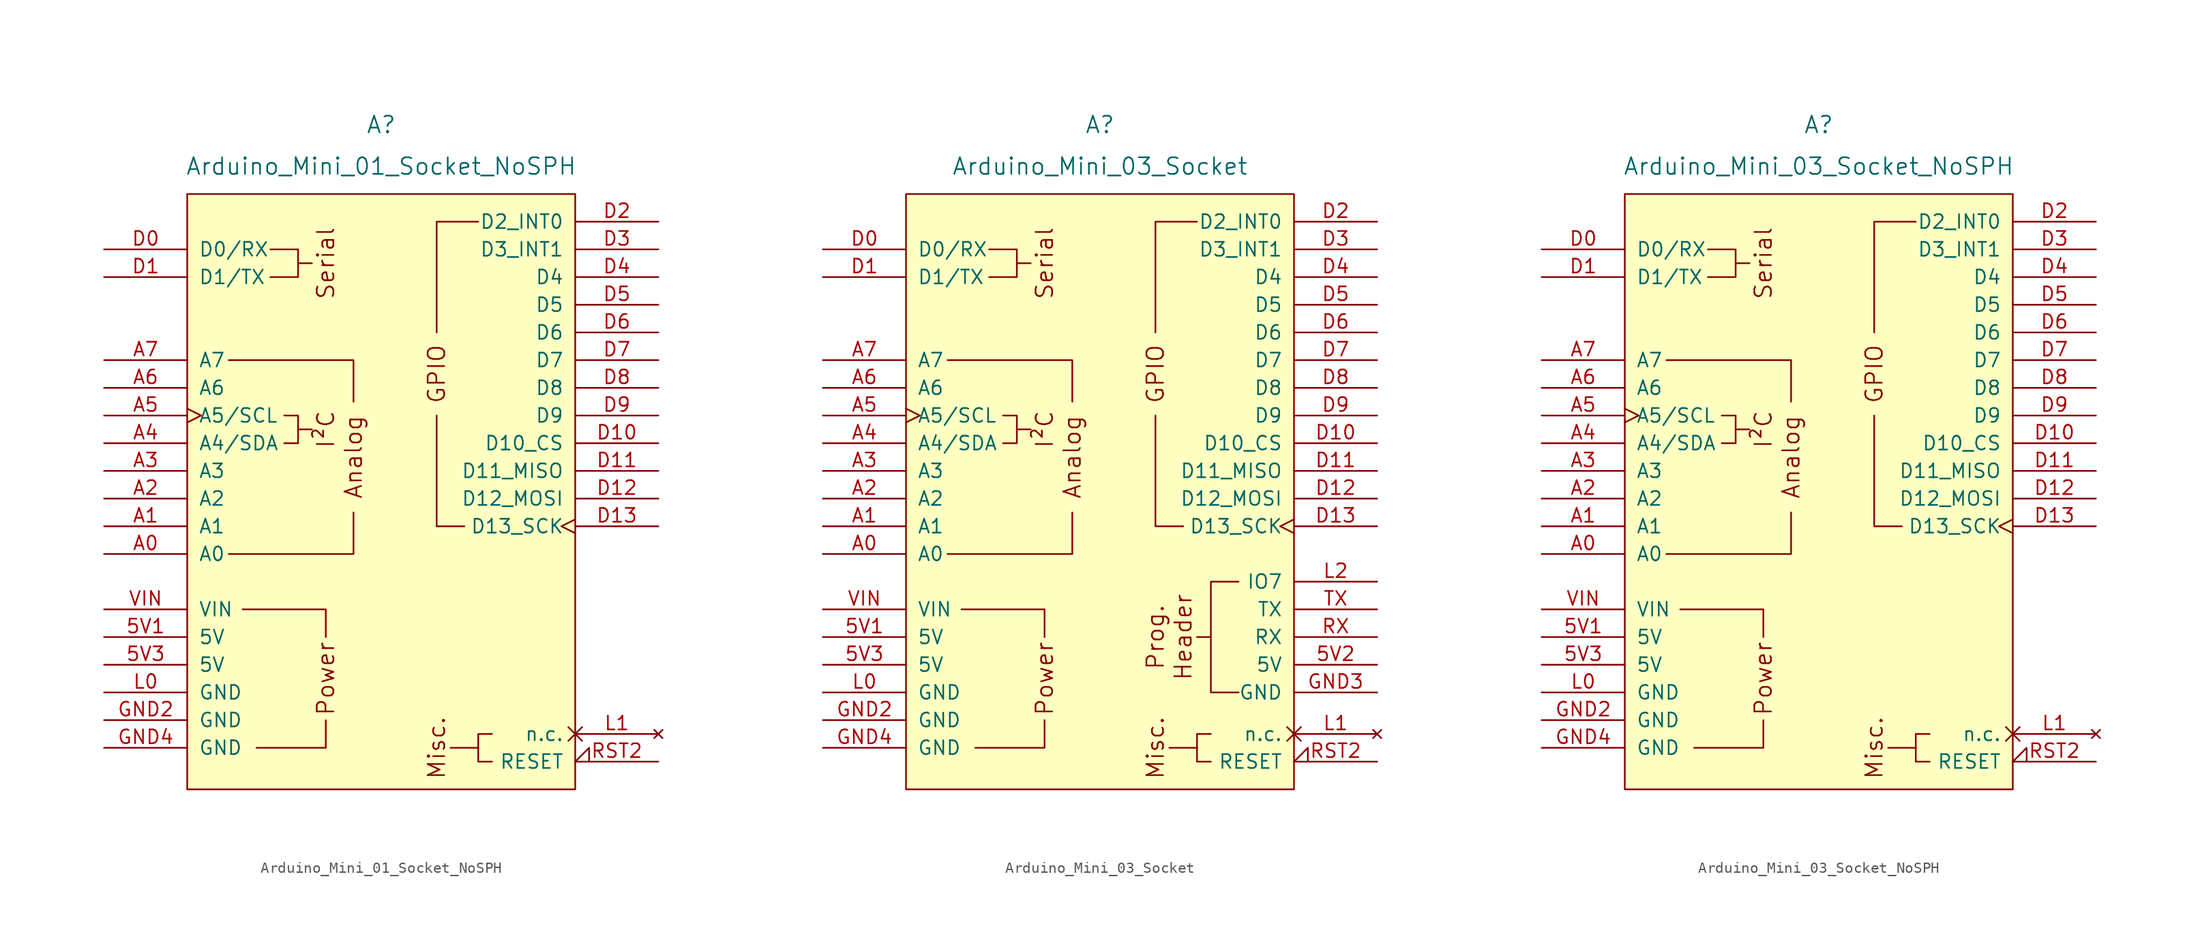
<source format=kicad_sym>
(kicad_symbol_lib
  (version 20211014)
  (generator kicad_symbol_editor)
  (symbol "Arduino_Mini_01_Socket_NoSPH"
    (pin_names
      (offset 1.016))
    (property "Reference" "A"
      (at 0 34.29 0)
      (effects (font (size 1.524 1.524))))
    (property "Value" "Arduino_Mini_01_Socket_NoSPH"
      (at 0 30.48 0)
      (effects (font (size 1.524 1.524))))
    (symbol "Arduino_Mini_01_Socket_NoSPH_0_0"
      (rectangle (start -17.78 27.94) (end 17.78 -26.67) (stroke (width 0) (type default) (color 0 0 0 0)) (fill (type background)))
      (polyline (pts (xy -7.62 6.35) (xy -6.35 6.35)) (stroke (width 0) (type default) (color 0 0 0 0)) (fill (type none)))
      (polyline (pts (xy -7.62 21.59) (xy -6.35 21.59)) (stroke (width 0) (type default) (color 0 0 0 0)) (fill (type none)))
      (polyline (pts (xy 8.89 -22.86) (xy 6.35 -22.86)) (stroke (width 0) (type default) (color 0 0 0 0)) (fill (type none)))
      (polyline (pts (xy -11.43 -22.86) (xy -5.08 -22.86) (xy -5.08 -20.32)) (stroke (width 0) (type default) (color 0 0 0 0)) (fill (type none)))
      (polyline (pts (xy -5.08 -12.7) (xy -5.08 -10.16) (xy -12.7 -10.16)) (stroke (width 0) (type default) (color 0 0 0 0)) (fill (type none)))
      (polyline (pts (xy -2.54 -1.27) (xy -2.54 -5.08) (xy -13.97 -5.08)) (stroke (width 0) (type default) (color 0 0 0 0)) (fill (type none)))
      (polyline (pts (xy -2.54 8.89) (xy -2.54 12.7) (xy -13.97 12.7)) (stroke (width 0) (type default) (color 0 0 0 0)) (fill (type none)))
      (polyline (pts (xy -10.16 22.86) (xy -7.62 22.86) (xy -7.62 20.32) (xy -10.16 20.32)) (stroke (width 0) (type default) (color 0 0 0 0)) (fill (type none)))
      (polyline (pts (xy -8.89 7.62) (xy -7.62 7.62) (xy -7.62 5.08) (xy -8.89 5.08)) (stroke (width 0) (type default) (color 0 0 0 0)) (fill (type none)))
      (text "Analog" (at -2.54 3.81 900) (effects (font (size 1.524 1.524))))
      (text "I²C" (at -5.08 6.35 900) (effects (font (size 1.524 1.524))))
      (text "Misc." (at 5.08 -22.86 900) (effects (font (size 1.524 1.524))))
      (text "Power" (at -5.08 -16.51 900) (effects (font (size 1.524 1.524))))
      (text "Serial" (at -5.08 21.59 900) (effects (font (size 1.524 1.524)))))
    (symbol "Arduino_Mini_01_Socket_NoSPH_0_1"
      (polyline (pts (xy 7.62 -2.54) (xy 5.08 -2.54) (xy 5.08 7.62)) (stroke (width 0) (type default) (color 0 0 0 0)) (fill (type none)))
      (polyline (pts (xy 8.89 25.4) (xy 5.08 25.4) (xy 5.08 15.24)) (stroke (width 0) (type default) (color 0 0 0 0)) (fill (type none)))
      (polyline (pts (xy 10.16 -21.59) (xy 8.89 -21.59) (xy 8.89 -24.13) (xy 10.16 -24.13)) (stroke (width 0) (type default) (color 0 0 0 0)) (fill (type none))))
    (symbol "Arduino_Mini_01_Socket_NoSPH_1_0"
      (text "GPIO" (at 5.08 11.43 900) (effects (font (size 1.524 1.524)))))
    (symbol "Arduino_Mini_01_Socket_NoSPH_1_1"
      (pin power_in line (at -25.4 -12.7 0) (length 7.62) (name "5V" (effects (font (size 1.27 1.27)))) (number "5V1" (effects (font (size 1.27 1.27)))))
      (pin power_in line (at -25.4 -15.24 0) (length 7.62) (name "5V" (effects (font (size 1.27 1.27)))) (number "5V3" (effects (font (size 1.27 1.27)))))
      (pin bidirectional line (at -25.4 -5.08 0) (length 7.62) (name "A0" (effects (font (size 1.27 1.27)))) (number "A0" (effects (font (size 1.27 1.27)))))
      (pin bidirectional line (at -25.4 -2.54 0) (length 7.62) (name "A1" (effects (font (size 1.27 1.27)))) (number "A1" (effects (font (size 1.27 1.27)))))
      (pin bidirectional line (at -25.4 0 0) (length 7.62) (name "A2" (effects (font (size 1.27 1.27)))) (number "A2" (effects (font (size 1.27 1.27)))))
      (pin bidirectional line (at -25.4 2.54 0) (length 7.62) (name "A3" (effects (font (size 1.27 1.27)))) (number "A3" (effects (font (size 1.27 1.27)))))
      (pin bidirectional line (at -25.4 5.08 0) (length 7.62) (name "A4/SDA" (effects (font (size 1.27 1.27)))) (number "A4" (effects (font (size 1.27 1.27)))))
      (pin bidirectional clock (at -25.4 7.62 0) (length 7.62) (name "A5/SCL" (effects (font (size 1.27 1.27)))) (number "A5" (effects (font (size 1.27 1.27)))))
      (pin input line (at -25.4 10.16 0) (length 7.62) (name "A6" (effects (font (size 1.27 1.27)))) (number "A6" (effects (font (size 1.27 1.27)))))
      (pin input line (at -25.4 12.7 0) (length 7.62) (name "A7" (effects (font (size 1.27 1.27)))) (number "A7" (effects (font (size 1.27 1.27)))))
      (pin bidirectional line (at -25.4 22.86 0) (length 7.62) (name "D0/RX" (effects (font (size 1.27 1.27)))) (number "D0" (effects (font (size 1.27 1.27)))))
      (pin bidirectional line (at -25.4 20.32 0) (length 7.62) (name "D1/TX" (effects (font (size 1.27 1.27)))) (number "D1" (effects (font (size 1.27 1.27)))))
      (pin bidirectional line (at 25.4 5.08 180) (length 7.62) (name "D10_CS" (effects (font (size 1.27 1.27)))) (number "D10" (effects (font (size 1.27 1.27)))))
      (pin bidirectional line (at 25.4 2.54 180) (length 7.62) (name "D11_MISO" (effects (font (size 1.27 1.27)))) (number "D11" (effects (font (size 1.27 1.27)))))
      (pin bidirectional line (at 25.4 0 180) (length 7.62) (name "D12_MOSI" (effects (font (size 1.27 1.27)))) (number "D12" (effects (font (size 1.27 1.27)))))
      (pin bidirectional clock (at 25.4 -2.54 180) (length 7.62) (name "D13_SCK" (effects (font (size 1.27 1.27)))) (number "D13" (effects (font (size 1.27 1.27)))))
      (pin bidirectional line (at 25.4 25.4 180) (length 7.62) (name "D2_INT0" (effects (font (size 1.27 1.27)))) (number "D2" (effects (font (size 1.27 1.27)))))
      (pin bidirectional line (at 25.4 22.86 180) (length 7.62) (name "D3_INT1" (effects (font (size 1.27 1.27)))) (number "D3" (effects (font (size 1.27 1.27)))))
      (pin bidirectional line (at 25.4 20.32 180) (length 7.62) (name "D4" (effects (font (size 1.27 1.27)))) (number "D4" (effects (font (size 1.27 1.27)))))
      (pin bidirectional line (at 25.4 17.78 180) (length 7.62) (name "D5" (effects (font (size 1.27 1.27)))) (number "D5" (effects (font (size 1.27 1.27)))))
      (pin bidirectional line (at 25.4 15.24 180) (length 7.62) (name "D6" (effects (font (size 1.27 1.27)))) (number "D6" (effects (font (size 1.27 1.27)))))
      (pin bidirectional line (at 25.4 12.7 180) (length 7.62) (name "D7" (effects (font (size 1.27 1.27)))) (number "D7" (effects (font (size 1.27 1.27)))))
      (pin bidirectional line (at 25.4 10.16 180) (length 7.62) (name "D8" (effects (font (size 1.27 1.27)))) (number "D8" (effects (font (size 1.27 1.27)))))
      (pin bidirectional line (at 25.4 7.62 180) (length 7.62) (name "D9" (effects (font (size 1.27 1.27)))) (number "D9" (effects (font (size 1.27 1.27)))))
      (pin power_in line (at -25.4 -20.32 0) (length 7.62) (name "GND" (effects (font (size 1.27 1.27)))) (number "GND2" (effects (font (size 1.27 1.27)))))
      (pin power_in line (at -25.4 -22.86 0) (length 7.62) (name "GND" (effects (font (size 1.27 1.27)))) (number "GND4" (effects (font (size 1.27 1.27)))))
      (pin power_in line (at -25.4 -17.78 0) (length 7.62) (name "GND" (effects (font (size 1.27 1.27)))) (number "L0" (effects (font (size 1.27 1.27)))))
      (pin no_connect non_logic (at 25.4 -21.59 180) (length 7.62) (name "n.c." (effects (font (size 1.27 1.27)))) (number "L1" (effects (font (size 1.27 1.27)))))
      (pin open_collector input_low (at 25.4 -24.13 180) (length 7.62) (name "RESET" (effects (font (size 1.27 1.27)))) (number "RST2" (effects (font (size 1.27 1.27)))))
      (pin power_in line (at -25.4 -10.16 0) (length 7.62) (name "VIN" (effects (font (size 1.27 1.27)))) (number "VIN" (effects (font (size 1.27 1.27)))))))
  (symbol "Arduino_Mini_03_Socket"
    (pin_names
      (offset 1.016))
    (property "Reference" "A"
      (at 0 34.29 0)
      (effects (font (size 1.524 1.524))))
    (property "Value" "Arduino_Mini_03_Socket"
      (at 0 30.48 0)
      (effects (font (size 1.524 1.524))))
    (symbol "Arduino_Mini_03_Socket_0_0"
      (rectangle (start -17.78 27.94) (end 17.78 -26.67) (stroke (width 0) (type default) (color 0 0 0 0)) (fill (type background)))
      (polyline (pts (xy -7.62 6.35) (xy -6.35 6.35)) (stroke (width 0) (type default) (color 0 0 0 0)) (fill (type none)))
      (polyline (pts (xy -7.62 21.59) (xy -6.35 21.59)) (stroke (width 0) (type default) (color 0 0 0 0)) (fill (type none)))
      (polyline (pts (xy 8.89 -22.86) (xy 6.35 -22.86)) (stroke (width 0) (type default) (color 0 0 0 0)) (fill (type none)))
      (polyline (pts (xy -11.43 -22.86) (xy -5.08 -22.86) (xy -5.08 -20.32)) (stroke (width 0) (type default) (color 0 0 0 0)) (fill (type none)))
      (polyline (pts (xy -5.08 -12.7) (xy -5.08 -10.16) (xy -12.7 -10.16)) (stroke (width 0) (type default) (color 0 0 0 0)) (fill (type none)))
      (polyline (pts (xy -2.54 -1.27) (xy -2.54 -5.08) (xy -13.97 -5.08)) (stroke (width 0) (type default) (color 0 0 0 0)) (fill (type none)))
      (polyline (pts (xy -2.54 8.89) (xy -2.54 12.7) (xy -13.97 12.7)) (stroke (width 0) (type default) (color 0 0 0 0)) (fill (type none)))
      (polyline (pts (xy 10.16 -12.7) (xy 10.16 -17.78) (xy 12.7 -17.78)) (stroke (width 0) (type default) (color 0 0 0 0)) (fill (type none)))
      (polyline (pts (xy -10.16 22.86) (xy -7.62 22.86) (xy -7.62 20.32) (xy -10.16 20.32)) (stroke (width 0) (type default) (color 0 0 0 0)) (fill (type none)))
      (polyline (pts (xy -8.89 7.62) (xy -7.62 7.62) (xy -7.62 5.08) (xy -8.89 5.08)) (stroke (width 0) (type default) (color 0 0 0 0)) (fill (type none)))
      (polyline (pts (xy 12.7 -7.62) (xy 10.16 -7.62) (xy 10.16 -12.7) (xy 8.89 -12.7)) (stroke (width 0) (type default) (color 0 0 0 0)) (fill (type none)))
      (text "Analog" (at -2.54 3.81 900) (effects (font (size 1.524 1.524))))
      (text "Header" (at 7.62 -12.7 900) (effects (font (size 1.524 1.524))))
      (text "I²C" (at -5.08 6.35 900) (effects (font (size 1.524 1.524))))
      (text "Misc." (at 5.08 -22.86 900) (effects (font (size 1.524 1.524))))
      (text "Power" (at -5.08 -16.51 900) (effects (font (size 1.524 1.524))))
      (text "Prog." (at 5.08 -12.7 900) (effects (font (size 1.524 1.524))))
      (text "Serial" (at -5.08 21.59 900) (effects (font (size 1.524 1.524)))))
    (symbol "Arduino_Mini_03_Socket_0_1"
      (polyline (pts (xy 7.62 -2.54) (xy 5.08 -2.54) (xy 5.08 7.62)) (stroke (width 0) (type default) (color 0 0 0 0)) (fill (type none)))
      (polyline (pts (xy 8.89 25.4) (xy 5.08 25.4) (xy 5.08 15.24)) (stroke (width 0) (type default) (color 0 0 0 0)) (fill (type none)))
      (polyline (pts (xy 10.16 -21.59) (xy 8.89 -21.59) (xy 8.89 -24.13) (xy 10.16 -24.13)) (stroke (width 0) (type default) (color 0 0 0 0)) (fill (type none))))
    (symbol "Arduino_Mini_03_Socket_1_0"
      (text "GPIO" (at 5.08 11.43 900) (effects (font (size 1.524 1.524)))))
    (symbol "Arduino_Mini_03_Socket_1_1"
      (pin power_in line (at -25.4 -12.7 0) (length 7.62) (name "5V" (effects (font (size 1.27 1.27)))) (number "5V1" (effects (font (size 1.27 1.27)))))
      (pin power_in line (at 25.4 -15.24 180) (length 7.62) (name "5V" (effects (font (size 1.27 1.27)))) (number "5V2" (effects (font (size 1.27 1.27)))))
      (pin power_in line (at -25.4 -15.24 0) (length 7.62) (name "5V" (effects (font (size 1.27 1.27)))) (number "5V3" (effects (font (size 1.27 1.27)))))
      (pin bidirectional line (at -25.4 -5.08 0) (length 7.62) (name "A0" (effects (font (size 1.27 1.27)))) (number "A0" (effects (font (size 1.27 1.27)))))
      (pin bidirectional line (at -25.4 -2.54 0) (length 7.62) (name "A1" (effects (font (size 1.27 1.27)))) (number "A1" (effects (font (size 1.27 1.27)))))
      (pin bidirectional line (at -25.4 0 0) (length 7.62) (name "A2" (effects (font (size 1.27 1.27)))) (number "A2" (effects (font (size 1.27 1.27)))))
      (pin bidirectional line (at -25.4 2.54 0) (length 7.62) (name "A3" (effects (font (size 1.27 1.27)))) (number "A3" (effects (font (size 1.27 1.27)))))
      (pin bidirectional line (at -25.4 5.08 0) (length 7.62) (name "A4/SDA" (effects (font (size 1.27 1.27)))) (number "A4" (effects (font (size 1.27 1.27)))))
      (pin bidirectional clock (at -25.4 7.62 0) (length 7.62) (name "A5/SCL" (effects (font (size 1.27 1.27)))) (number "A5" (effects (font (size 1.27 1.27)))))
      (pin input line (at -25.4 10.16 0) (length 7.62) (name "A6" (effects (font (size 1.27 1.27)))) (number "A6" (effects (font (size 1.27 1.27)))))
      (pin input line (at -25.4 12.7 0) (length 7.62) (name "A7" (effects (font (size 1.27 1.27)))) (number "A7" (effects (font (size 1.27 1.27)))))
      (pin bidirectional line (at -25.4 22.86 0) (length 7.62) (name "D0/RX" (effects (font (size 1.27 1.27)))) (number "D0" (effects (font (size 1.27 1.27)))))
      (pin bidirectional line (at -25.4 20.32 0) (length 7.62) (name "D1/TX" (effects (font (size 1.27 1.27)))) (number "D1" (effects (font (size 1.27 1.27)))))
      (pin bidirectional line (at 25.4 5.08 180) (length 7.62) (name "D10_CS" (effects (font (size 1.27 1.27)))) (number "D10" (effects (font (size 1.27 1.27)))))
      (pin bidirectional line (at 25.4 2.54 180) (length 7.62) (name "D11_MISO" (effects (font (size 1.27 1.27)))) (number "D11" (effects (font (size 1.27 1.27)))))
      (pin bidirectional line (at 25.4 0 180) (length 7.62) (name "D12_MOSI" (effects (font (size 1.27 1.27)))) (number "D12" (effects (font (size 1.27 1.27)))))
      (pin bidirectional clock (at 25.4 -2.54 180) (length 7.62) (name "D13_SCK" (effects (font (size 1.27 1.27)))) (number "D13" (effects (font (size 1.27 1.27)))))
      (pin bidirectional line (at 25.4 25.4 180) (length 7.62) (name "D2_INT0" (effects (font (size 1.27 1.27)))) (number "D2" (effects (font (size 1.27 1.27)))))
      (pin bidirectional line (at 25.4 22.86 180) (length 7.62) (name "D3_INT1" (effects (font (size 1.27 1.27)))) (number "D3" (effects (font (size 1.27 1.27)))))
      (pin bidirectional line (at 25.4 20.32 180) (length 7.62) (name "D4" (effects (font (size 1.27 1.27)))) (number "D4" (effects (font (size 1.27 1.27)))))
      (pin bidirectional line (at 25.4 17.78 180) (length 7.62) (name "D5" (effects (font (size 1.27 1.27)))) (number "D5" (effects (font (size 1.27 1.27)))))
      (pin bidirectional line (at 25.4 15.24 180) (length 7.62) (name "D6" (effects (font (size 1.27 1.27)))) (number "D6" (effects (font (size 1.27 1.27)))))
      (pin bidirectional line (at 25.4 12.7 180) (length 7.62) (name "D7" (effects (font (size 1.27 1.27)))) (number "D7" (effects (font (size 1.27 1.27)))))
      (pin bidirectional line (at 25.4 10.16 180) (length 7.62) (name "D8" (effects (font (size 1.27 1.27)))) (number "D8" (effects (font (size 1.27 1.27)))))
      (pin bidirectional line (at 25.4 7.62 180) (length 7.62) (name "D9" (effects (font (size 1.27 1.27)))) (number "D9" (effects (font (size 1.27 1.27)))))
      (pin power_in line (at -25.4 -20.32 0) (length 7.62) (name "GND" (effects (font (size 1.27 1.27)))) (number "GND2" (effects (font (size 1.27 1.27)))))
      (pin power_in line (at 25.4 -17.78 180) (length 7.62) (name "GND" (effects (font (size 1.27 1.27)))) (number "GND3" (effects (font (size 1.27 1.27)))))
      (pin power_in line (at -25.4 -22.86 0) (length 7.62) (name "GND" (effects (font (size 1.27 1.27)))) (number "GND4" (effects (font (size 1.27 1.27)))))
      (pin power_in line (at -25.4 -17.78 0) (length 7.62) (name "GND" (effects (font (size 1.27 1.27)))) (number "L0" (effects (font (size 1.27 1.27)))))
      (pin no_connect non_logic (at 25.4 -21.59 180) (length 7.62) (name "n.c." (effects (font (size 1.27 1.27)))) (number "L1" (effects (font (size 1.27 1.27)))))
      (pin bidirectional line (at 25.4 -7.62 180) (length 7.62) (name "IO7" (effects (font (size 1.27 1.27)))) (number "L2" (effects (font (size 1.27 1.27)))))
      (pin open_collector input_low (at 25.4 -24.13 180) (length 7.62) (name "RESET" (effects (font (size 1.27 1.27)))) (number "RST2" (effects (font (size 1.27 1.27)))))
      (pin bidirectional line (at 25.4 -12.7 180) (length 7.62) (name "RX" (effects (font (size 1.27 1.27)))) (number "RX" (effects (font (size 1.27 1.27)))))
      (pin bidirectional line (at 25.4 -10.16 180) (length 7.62) (name "TX" (effects (font (size 1.27 1.27)))) (number "TX" (effects (font (size 1.27 1.27)))))
      (pin power_in line (at -25.4 -10.16 0) (length 7.62) (name "VIN" (effects (font (size 1.27 1.27)))) (number "VIN" (effects (font (size 1.27 1.27)))))))
  (symbol "Arduino_Mini_03_Socket_NoSPH"
    (pin_names
      (offset 1.016))
    (property "Reference" "A"
      (at 0 34.29 0)
      (effects (font (size 1.524 1.524))))
    (property "Value" "Arduino_Mini_03_Socket_NoSPH"
      (at 0 30.48 0)
      (effects (font (size 1.524 1.524))))
    (symbol "Arduino_Mini_03_Socket_NoSPH_0_0"
      (rectangle (start -17.78 27.94) (end 17.78 -26.67) (stroke (width 0) (type default) (color 0 0 0 0)) (fill (type background)))
      (polyline (pts (xy -7.62 6.35) (xy -6.35 6.35)) (stroke (width 0) (type default) (color 0 0 0 0)) (fill (type none)))
      (polyline (pts (xy -7.62 21.59) (xy -6.35 21.59)) (stroke (width 0) (type default) (color 0 0 0 0)) (fill (type none)))
      (polyline (pts (xy 8.89 -22.86) (xy 6.35 -22.86)) (stroke (width 0) (type default) (color 0 0 0 0)) (fill (type none)))
      (polyline (pts (xy -11.43 -22.86) (xy -5.08 -22.86) (xy -5.08 -20.32)) (stroke (width 0) (type default) (color 0 0 0 0)) (fill (type none)))
      (polyline (pts (xy -5.08 -12.7) (xy -5.08 -10.16) (xy -12.7 -10.16)) (stroke (width 0) (type default) (color 0 0 0 0)) (fill (type none)))
      (polyline (pts (xy -2.54 -1.27) (xy -2.54 -5.08) (xy -13.97 -5.08)) (stroke (width 0) (type default) (color 0 0 0 0)) (fill (type none)))
      (polyline (pts (xy -2.54 8.89) (xy -2.54 12.7) (xy -13.97 12.7)) (stroke (width 0) (type default) (color 0 0 0 0)) (fill (type none)))
      (polyline (pts (xy -10.16 22.86) (xy -7.62 22.86) (xy -7.62 20.32) (xy -10.16 20.32)) (stroke (width 0) (type default) (color 0 0 0 0)) (fill (type none)))
      (polyline (pts (xy -8.89 7.62) (xy -7.62 7.62) (xy -7.62 5.08) (xy -8.89 5.08)) (stroke (width 0) (type default) (color 0 0 0 0)) (fill (type none)))
      (text "Analog" (at -2.54 3.81 900) (effects (font (size 1.524 1.524))))
      (text "I²C" (at -5.08 6.35 900) (effects (font (size 1.524 1.524))))
      (text "Misc." (at 5.08 -22.86 900) (effects (font (size 1.524 1.524))))
      (text "Power" (at -5.08 -16.51 900) (effects (font (size 1.524 1.524))))
      (text "Serial" (at -5.08 21.59 900) (effects (font (size 1.524 1.524)))))
    (symbol "Arduino_Mini_03_Socket_NoSPH_0_1"
      (polyline (pts (xy 7.62 -2.54) (xy 5.08 -2.54) (xy 5.08 7.62)) (stroke (width 0) (type default) (color 0 0 0 0)) (fill (type none)))
      (polyline (pts (xy 8.89 25.4) (xy 5.08 25.4) (xy 5.08 15.24)) (stroke (width 0) (type default) (color 0 0 0 0)) (fill (type none)))
      (polyline (pts (xy 10.16 -21.59) (xy 8.89 -21.59) (xy 8.89 -24.13) (xy 10.16 -24.13)) (stroke (width 0) (type default) (color 0 0 0 0)) (fill (type none))))
    (symbol "Arduino_Mini_03_Socket_NoSPH_1_0"
      (text "GPIO" (at 5.08 11.43 900) (effects (font (size 1.524 1.524)))))
    (symbol "Arduino_Mini_03_Socket_NoSPH_1_1"
      (pin power_in line (at -25.4 -12.7 0) (length 7.62) (name "5V" (effects (font (size 1.27 1.27)))) (number "5V1" (effects (font (size 1.27 1.27)))))
      (pin power_in line (at -25.4 -15.24 0) (length 7.62) (name "5V" (effects (font (size 1.27 1.27)))) (number "5V3" (effects (font (size 1.27 1.27)))))
      (pin bidirectional line (at -25.4 -5.08 0) (length 7.62) (name "A0" (effects (font (size 1.27 1.27)))) (number "A0" (effects (font (size 1.27 1.27)))))
      (pin bidirectional line (at -25.4 -2.54 0) (length 7.62) (name "A1" (effects (font (size 1.27 1.27)))) (number "A1" (effects (font (size 1.27 1.27)))))
      (pin bidirectional line (at -25.4 0 0) (length 7.62) (name "A2" (effects (font (size 1.27 1.27)))) (number "A2" (effects (font (size 1.27 1.27)))))
      (pin bidirectional line (at -25.4 2.54 0) (length 7.62) (name "A3" (effects (font (size 1.27 1.27)))) (number "A3" (effects (font (size 1.27 1.27)))))
      (pin bidirectional line (at -25.4 5.08 0) (length 7.62) (name "A4/SDA" (effects (font (size 1.27 1.27)))) (number "A4" (effects (font (size 1.27 1.27)))))
      (pin bidirectional clock (at -25.4 7.62 0) (length 7.62) (name "A5/SCL" (effects (font (size 1.27 1.27)))) (number "A5" (effects (font (size 1.27 1.27)))))
      (pin input line (at -25.4 10.16 0) (length 7.62) (name "A6" (effects (font (size 1.27 1.27)))) (number "A6" (effects (font (size 1.27 1.27)))))
      (pin input line (at -25.4 12.7 0) (length 7.62) (name "A7" (effects (font (size 1.27 1.27)))) (number "A7" (effects (font (size 1.27 1.27)))))
      (pin bidirectional line (at -25.4 22.86 0) (length 7.62) (name "D0/RX" (effects (font (size 1.27 1.27)))) (number "D0" (effects (font (size 1.27 1.27)))))
      (pin bidirectional line (at -25.4 20.32 0) (length 7.62) (name "D1/TX" (effects (font (size 1.27 1.27)))) (number "D1" (effects (font (size 1.27 1.27)))))
      (pin bidirectional line (at 25.4 5.08 180) (length 7.62) (name "D10_CS" (effects (font (size 1.27 1.27)))) (number "D10" (effects (font (size 1.27 1.27)))))
      (pin bidirectional line (at 25.4 2.54 180) (length 7.62) (name "D11_MISO" (effects (font (size 1.27 1.27)))) (number "D11" (effects (font (size 1.27 1.27)))))
      (pin bidirectional line (at 25.4 0 180) (length 7.62) (name "D12_MOSI" (effects (font (size 1.27 1.27)))) (number "D12" (effects (font (size 1.27 1.27)))))
      (pin bidirectional clock (at 25.4 -2.54 180) (length 7.62) (name "D13_SCK" (effects (font (size 1.27 1.27)))) (number "D13" (effects (font (size 1.27 1.27)))))
      (pin bidirectional line (at 25.4 25.4 180) (length 7.62) (name "D2_INT0" (effects (font (size 1.27 1.27)))) (number "D2" (effects (font (size 1.27 1.27)))))
      (pin bidirectional line (at 25.4 22.86 180) (length 7.62) (name "D3_INT1" (effects (font (size 1.27 1.27)))) (number "D3" (effects (font (size 1.27 1.27)))))
      (pin bidirectional line (at 25.4 20.32 180) (length 7.62) (name "D4" (effects (font (size 1.27 1.27)))) (number "D4" (effects (font (size 1.27 1.27)))))
      (pin bidirectional line (at 25.4 17.78 180) (length 7.62) (name "D5" (effects (font (size 1.27 1.27)))) (number "D5" (effects (font (size 1.27 1.27)))))
      (pin bidirectional line (at 25.4 15.24 180) (length 7.62) (name "D6" (effects (font (size 1.27 1.27)))) (number "D6" (effects (font (size 1.27 1.27)))))
      (pin bidirectional line (at 25.4 12.7 180) (length 7.62) (name "D7" (effects (font (size 1.27 1.27)))) (number "D7" (effects (font (size 1.27 1.27)))))
      (pin bidirectional line (at 25.4 10.16 180) (length 7.62) (name "D8" (effects (font (size 1.27 1.27)))) (number "D8" (effects (font (size 1.27 1.27)))))
      (pin bidirectional line (at 25.4 7.62 180) (length 7.62) (name "D9" (effects (font (size 1.27 1.27)))) (number "D9" (effects (font (size 1.27 1.27)))))
      (pin power_in line (at -25.4 -20.32 0) (length 7.62) (name "GND" (effects (font (size 1.27 1.27)))) (number "GND2" (effects (font (size 1.27 1.27)))))
      (pin power_in line (at -25.4 -22.86 0) (length 7.62) (name "GND" (effects (font (size 1.27 1.27)))) (number "GND4" (effects (font (size 1.27 1.27)))))
      (pin power_in line (at -25.4 -17.78 0) (length 7.62) (name "GND" (effects (font (size 1.27 1.27)))) (number "L0" (effects (font (size 1.27 1.27)))))
      (pin no_connect non_logic (at 25.4 -21.59 180) (length 7.62) (name "n.c." (effects (font (size 1.27 1.27)))) (number "L1" (effects (font (size 1.27 1.27)))))
      (pin open_collector input_low (at 25.4 -24.13 180) (length 7.62) (name "RESET" (effects (font (size 1.27 1.27)))) (number "RST2" (effects (font (size 1.27 1.27)))))
      (pin power_in line (at -25.4 -10.16 0) (length 7.62) (name "VIN" (effects (font (size 1.27 1.27)))) (number "VIN" (effects (font (size 1.27 1.27))))))))
</source>
